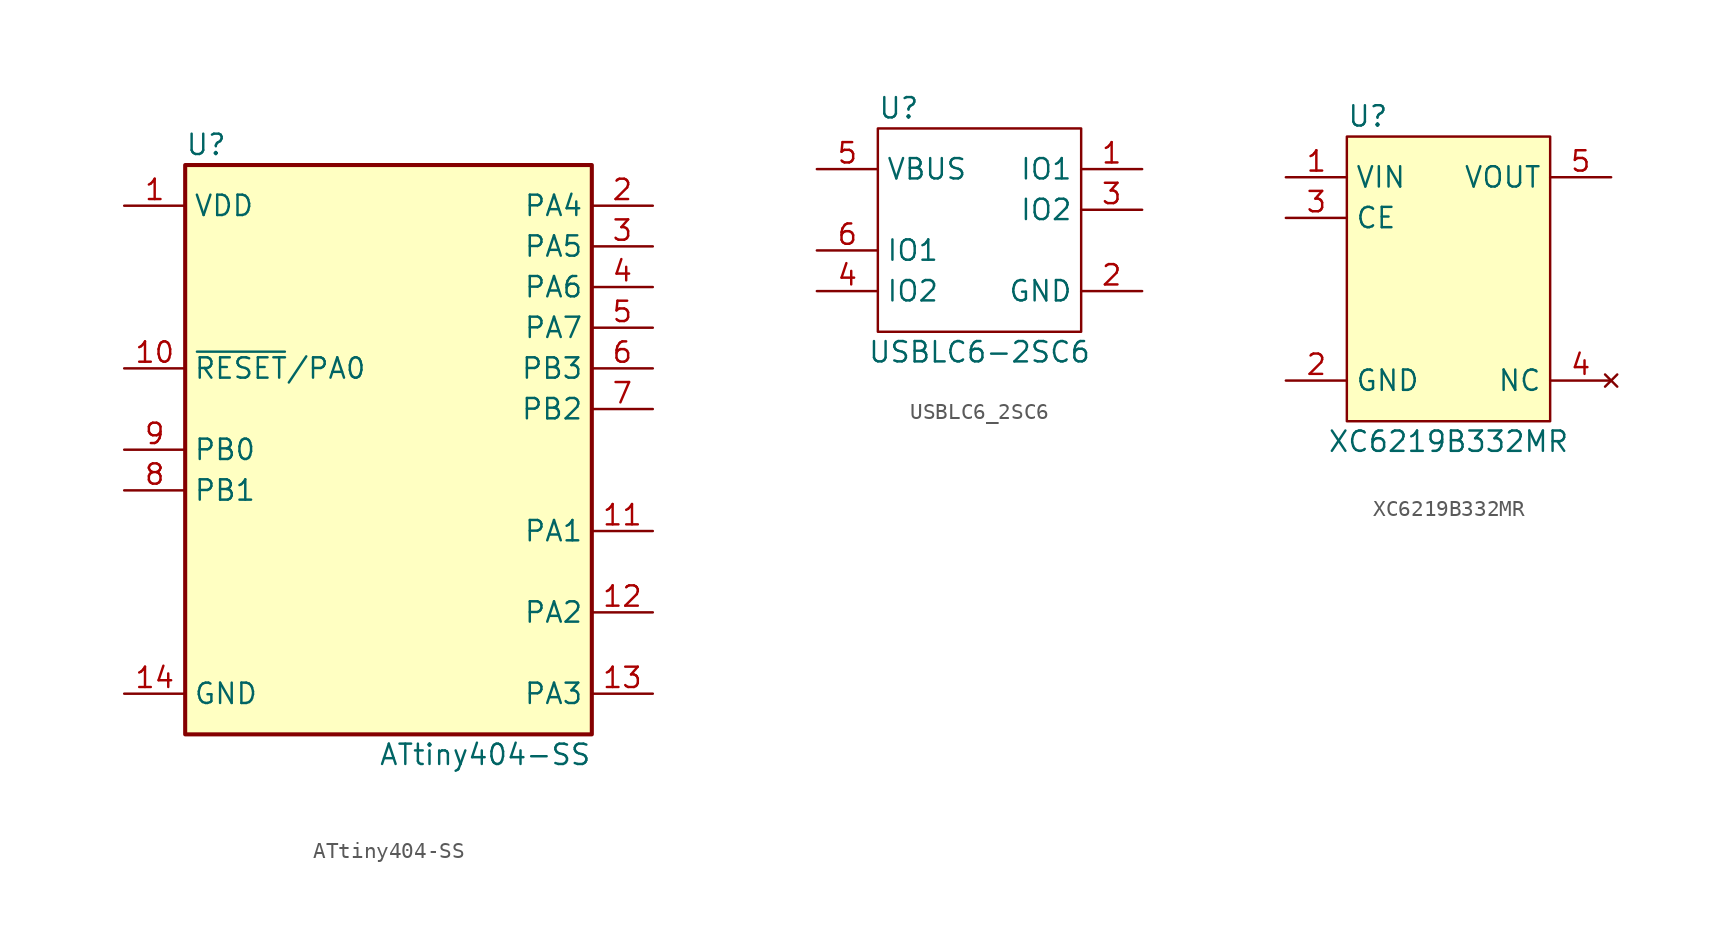
<source format=kicad_sym>
(kicad_symbol_lib
  (version 20231120)
  (generator "kicad_symbol_editor")
  (generator_version "8.0")
  (symbol "ATtiny404-SS"
    (property "Reference" "U"
      (at -12.7 16.51 0)
      (effects (font (size 1.27 1.27)) (justify left)))
    (property "Value" "ATtiny404-SS"
      (at 12.7 -21.59 0)
      (effects (font (size 1.27 1.27)) (justify right)))
    (symbol "ATtiny404-SS_0_1"
      (rectangle (start -12.7 15.24) (end 12.7 -20.32) (stroke (width 0.254) (type default)) (fill (type background))))
    (symbol "ATtiny404-SS_1_1"
      (pin power_in line (at -16.51 12.7 0) (length 3.81) (name "VDD" (effects (font (size 1.27 1.27)))) (number "1" (effects (font (size 1.27 1.27)))))
      (pin tri_state line (at -16.51 2.54 0) (length 3.81) (name "~{RESET}/PA0" (effects (font (size 1.27 1.27)))) (number "10" (effects (font (size 1.27 1.27)))))
      (pin tri_state line (at 16.51 -7.62 180) (length 3.81) (name "PA1" (effects (font (size 1.27 1.27)))) (number "11" (effects (font (size 1.27 1.27)))))
      (pin tri_state line (at 16.51 -12.7 180) (length 3.81) (name "PA2" (effects (font (size 1.27 1.27)))) (number "12" (effects (font (size 1.27 1.27)))))
      (pin tri_state line (at 16.51 -17.78 180) (length 3.81) (name "PA3" (effects (font (size 1.27 1.27)))) (number "13" (effects (font (size 1.27 1.27)))))
      (pin power_in line (at -16.51 -17.78 0) (length 3.81) (name "GND" (effects (font (size 1.27 1.27)))) (number "14" (effects (font (size 1.27 1.27)))))
      (pin tri_state line (at 16.51 12.7 180) (length 3.81) (name "PA4" (effects (font (size 1.27 1.27)))) (number "2" (effects (font (size 1.27 1.27)))))
      (pin tri_state line (at 16.51 10.16 180) (length 3.81) (name "PA5" (effects (font (size 1.27 1.27)))) (number "3" (effects (font (size 1.27 1.27)))))
      (pin tri_state line (at 16.51 7.62 180) (length 3.81) (name "PA6" (effects (font (size 1.27 1.27)))) (number "4" (effects (font (size 1.27 1.27)))))
      (pin tri_state line (at 16.51 5.08 180) (length 3.81) (name "PA7" (effects (font (size 1.27 1.27)))) (number "5" (effects (font (size 1.27 1.27)))))
      (pin tri_state line (at 16.51 2.54 180) (length 3.81) (name "PB3" (effects (font (size 1.27 1.27)))) (number "6" (effects (font (size 1.27 1.27)))))
      (pin tri_state line (at 16.51 0 180) (length 3.81) (name "PB2" (effects (font (size 1.27 1.27)))) (number "7" (effects (font (size 1.27 1.27)))))
      (pin tri_state line (at -16.51 -5.08 0) (length 3.81) (name "PB1" (effects (font (size 1.27 1.27)))) (number "8" (effects (font (size 1.27 1.27)))))
      (pin tri_state line (at -16.51 -2.54 0) (length 3.81) (name "PB0" (effects (font (size 1.27 1.27)))) (number "9" (effects (font (size 1.27 1.27)))))))
  (symbol "USBLC6_2SC6"
    (property "Reference" "U"
      (at -6.35 8.89 0)
      (effects (font (size 1.27 1.27)) (justify left)))
    (property "Value" "USBLC6-2SC6"
      (at 0 -6.35 0)
      (effects (font (size 1.27 1.27))))
    (symbol "USBLC6_2SC6_1_1"
      (rectangle (start -6.35 7.62) (end 6.35 -5.08) (stroke (width 0) (type default)) (fill (type none)))
      (pin passive line (at 10.16 5.08 180) (length 3.81) (name "IO1" (effects (font (size 1.27 1.27)))) (number "1" (effects (font (size 1.27 1.27)))))
      (pin power_in line (at 10.16 -2.54 180) (length 3.81) (name "GND" (effects (font (size 1.27 1.27)))) (number "2" (effects (font (size 1.27 1.27)))))
      (pin passive line (at 10.16 2.54 180) (length 3.81) (name "IO2" (effects (font (size 1.27 1.27)))) (number "3" (effects (font (size 1.27 1.27)))))
      (pin passive line (at -10.16 -2.54 0) (length 3.81) (name "IO2" (effects (font (size 1.27 1.27)))) (number "4" (effects (font (size 1.27 1.27)))))
      (pin power_in line (at -10.16 5.08 0) (length 3.81) (name "VBUS" (effects (font (size 1.27 1.27)))) (number "5" (effects (font (size 1.27 1.27)))))
      (pin passive line (at -10.16 0 0) (length 3.81) (name "IO1" (effects (font (size 1.27 1.27)))) (number "6" (effects (font (size 1.27 1.27)))))))
  (symbol "XC6219B332MR"
    (property "Reference" "U"
      (at -6.35 8.89 0)
      (effects (font (size 1.27 1.27)) (justify left)))
    (property "Value" "XC6219B332MR"
      (at 0 -11.43 0)
      (effects (font (size 1.27 1.27))))
    (symbol "XC6219B332MR_1_1"
      (rectangle (start -6.35 7.62) (end 6.35 -10.16) (stroke (width 0) (type default)) (fill (type background)))
      (pin power_in line (at -10.16 5.08 0) (length 3.81) (name "VIN" (effects (font (size 1.27 1.27)))) (number "1" (effects (font (size 1.27 1.27)))))
      (pin power_in line (at -10.16 -7.62 0) (length 3.81) (name "GND" (effects (font (size 1.27 1.27)))) (number "2" (effects (font (size 1.27 1.27)))))
      (pin input line (at -10.16 2.54 0) (length 3.81) (name "CE" (effects (font (size 1.27 1.27)))) (number "3" (effects (font (size 1.27 1.27)))))
      (pin no_connect line (at 10.16 -7.62 180) (length 3.81) (name "NC" (effects (font (size 1.27 1.27)))) (number "4" (effects (font (size 1.27 1.27)))))
      (pin power_out line (at 10.16 5.08 180) (length 3.81) (name "VOUT" (effects (font (size 1.27 1.27)))) (number "5" (effects (font (size 1.27 1.27))))))))
</source>
